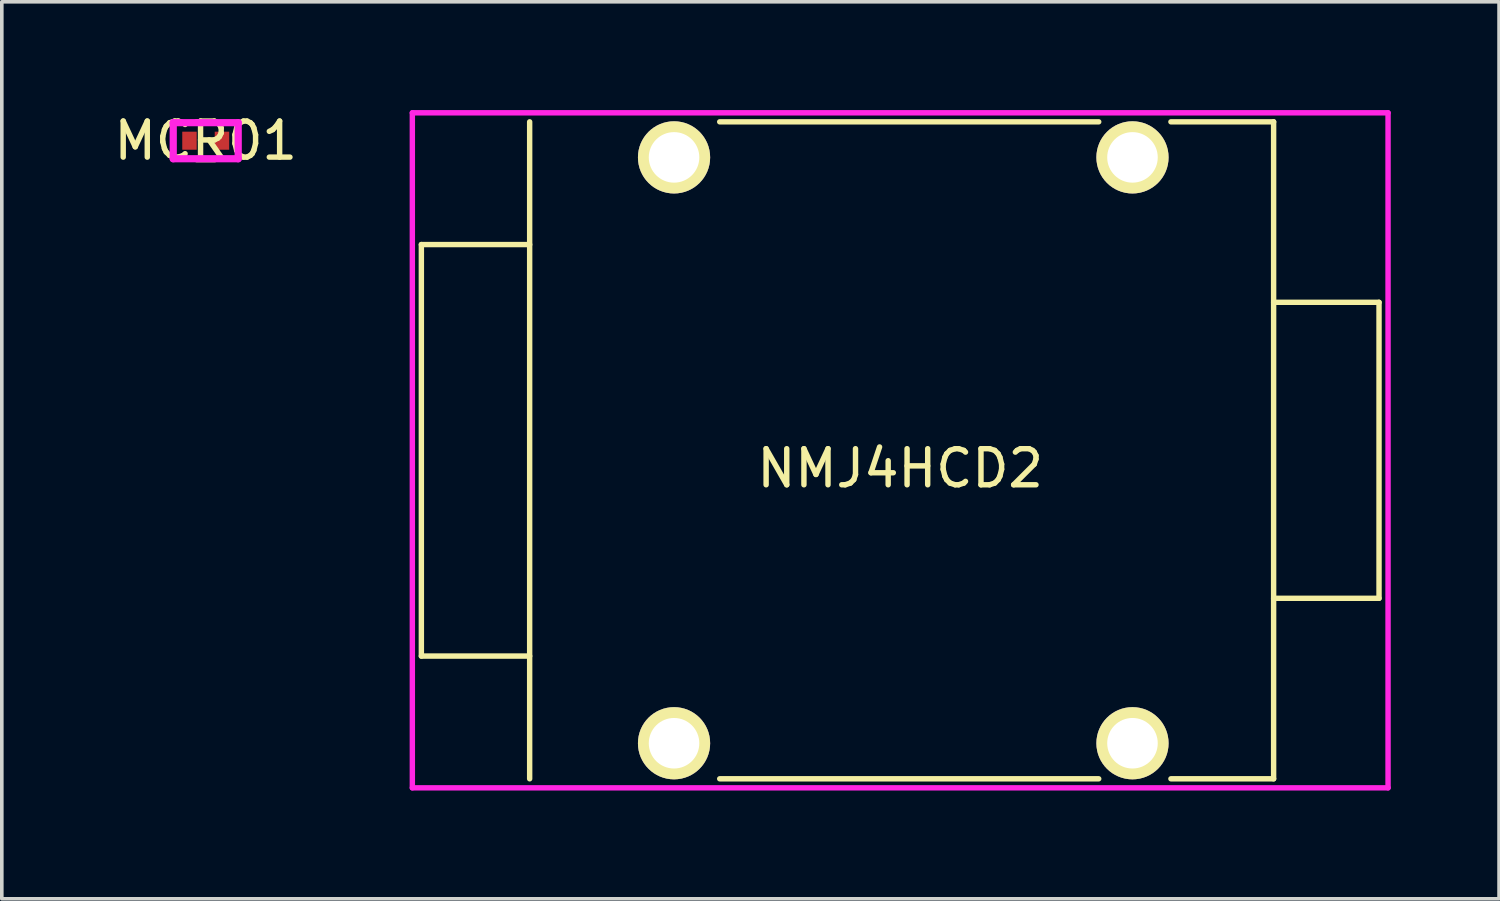
<source format=kicad_pcb>
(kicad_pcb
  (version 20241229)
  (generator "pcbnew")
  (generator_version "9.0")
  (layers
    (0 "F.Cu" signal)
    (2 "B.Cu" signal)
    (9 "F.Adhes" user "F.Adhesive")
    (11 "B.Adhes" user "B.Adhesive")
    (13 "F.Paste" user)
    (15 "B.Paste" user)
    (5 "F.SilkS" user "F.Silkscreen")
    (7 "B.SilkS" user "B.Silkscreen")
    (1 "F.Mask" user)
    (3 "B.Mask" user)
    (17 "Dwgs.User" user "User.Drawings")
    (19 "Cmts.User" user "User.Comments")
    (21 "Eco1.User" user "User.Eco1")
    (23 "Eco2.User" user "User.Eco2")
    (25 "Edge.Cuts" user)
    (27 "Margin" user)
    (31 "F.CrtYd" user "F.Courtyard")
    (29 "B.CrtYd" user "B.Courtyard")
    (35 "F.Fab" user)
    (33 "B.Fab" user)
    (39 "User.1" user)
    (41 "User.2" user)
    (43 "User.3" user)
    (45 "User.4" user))
  (footprint "MCR01"
    (layer "F.Cu")
    (at 2.649 0.848)
    (property "Reference" "MCR01" (at 0 0 0) (layer "F.SilkS") (effects (font (size 1 1) (thickness 0.15))))
    (attr smd)
    (fp_line (start -0.25 0.525) (end 0.25 0.525) (stroke (width 0.15) (type solid)) (layer "F.SilkS"))
    (fp_line (start 0.25 -0.525) (end -0.25 -0.525) (stroke (width 0.15) (type solid)) (layer "F.SilkS"))
    (fp_line (start -0.9 -0.5) (end 0.9 -0.5) (stroke (width 0.2) (type solid)) (layer "F.CrtYd"))
    (fp_line (start -0.9 0.5) (end -0.9 -0.5) (stroke (width 0.2) (type solid)) (layer "F.CrtYd"))
    (fp_line (start 0.9 -0.5) (end 0.9 0.5) (stroke (width 0.2) (type solid)) (layer "F.CrtYd"))
    (fp_line (start 0.9 0.5) (end -0.9 0.5) (stroke (width 0.2) (type solid)) (layer "F.CrtYd"))
    (pad "1" smd rect (at -0.45 0) (size 0.4 0.5) (layers "F.Cu" "F.Mask" "F.Paste"))
    (pad "2" smd rect (at 0.45 0) (size 0.4 0.5) (layers "F.Cu" "F.Mask" "F.Paste")))
  (footprint "NMJ4HCD2"
    (layer "F.Cu")
    (at 21.888 9.425)
    (property "Reference" "NMJ4HCD2" (at 0 0.5 0) (layer "F.SilkS") (effects (font (size 1 1) (thickness 0.15))))
    (attr through_hole)
    (fp_line (start -13.265 -5.7) (end -13.265 5.7) (stroke (width 0.15) (type solid)) (layer "F.SilkS"))
    (fp_line (start -13.265 -5.7) (end -10.265 -5.7) (stroke (width 0.15) (type solid)) (layer "F.SilkS"))
    (fp_line (start -13.265 5.7) (end -10.265 5.7) (stroke (width 0.15) (type solid)) (layer "F.SilkS"))
    (fp_line (start -10.265 -9.1) (end -10.265 9.1) (stroke (width 0.15) (type solid)) (layer "F.SilkS"))
    (fp_line (start -5 -9.1) (end 5.5 -9.1) (stroke (width 0.15) (type solid)) (layer "F.SilkS"))
    (fp_line (start 5.5 9.1) (end -5 9.1) (stroke (width 0.15) (type solid)) (layer "F.SilkS"))
    (fp_line (start 10.345 -9.1) (end 7.5 -9.1) (stroke (width 0.15) (type solid)) (layer "F.SilkS"))
    (fp_line (start 10.345 -9.1) (end 10.345 9.1) (stroke (width 0.15) (type solid)) (layer "F.SilkS"))
    (fp_line (start 10.345 9.1) (end 7.5 9.1) (stroke (width 0.15) (type solid)) (layer "F.SilkS"))
    (fp_line (start 13.265 -4.1) (end 10.345 -4.1) (stroke (width 0.15) (type solid)) (layer "F.SilkS"))
    (fp_line (start 13.265 4.1) (end 10.345 4.1) (stroke (width 0.15) (type solid)) (layer "F.SilkS"))
    (fp_line (start 13.265 4.1) (end 13.265 -4.1) (stroke (width 0.15) (type solid)) (layer "F.SilkS"))
    (fp_line (start -13.515 -9.35) (end -13.515 9.35) (stroke (width 0.15) (type solid)) (layer "F.CrtYd"))
    (fp_line (start -13.515 9.35) (end 13.515 9.35) (stroke (width 0.15) (type solid)) (layer "F.CrtYd"))
    (fp_line (start 13.515 -9.35) (end -13.515 -9.35) (stroke (width 0.15) (type solid)) (layer "F.CrtYd"))
    (fp_line (start 13.515 9.35) (end 13.515 -9.35) (stroke (width 0.15) (type solid)) (layer "F.CrtYd"))
    (pad "S" thru_hole circle (at -6.265 8.115) (size 2 2) (drill 1.4) (layers "*.Cu" "*.Mask" "F.SilkS"))
    (pad "SN" thru_hole circle (at -6.265 -8.115) (size 2 2) (drill 1.4) (layers "*.Cu" "*.Mask" "F.SilkS"))
    (pad "T" thru_hole circle (at 6.435 8.115) (size 2 2) (drill 1.4) (layers "*.Cu" "*.Mask" "F.SilkS"))
    (pad "TN" thru_hole circle (at 6.435 -8.115) (size 2 2) (drill 1.4) (layers "*.Cu" "*.Mask" "F.SilkS")))
  (gr_rect
    (start -3 -3)
    (end 38.478 21.85)
    (stroke (width 0.1) (type default))
    (fill no)
    (layer "Edge.Cuts")))
</source>
